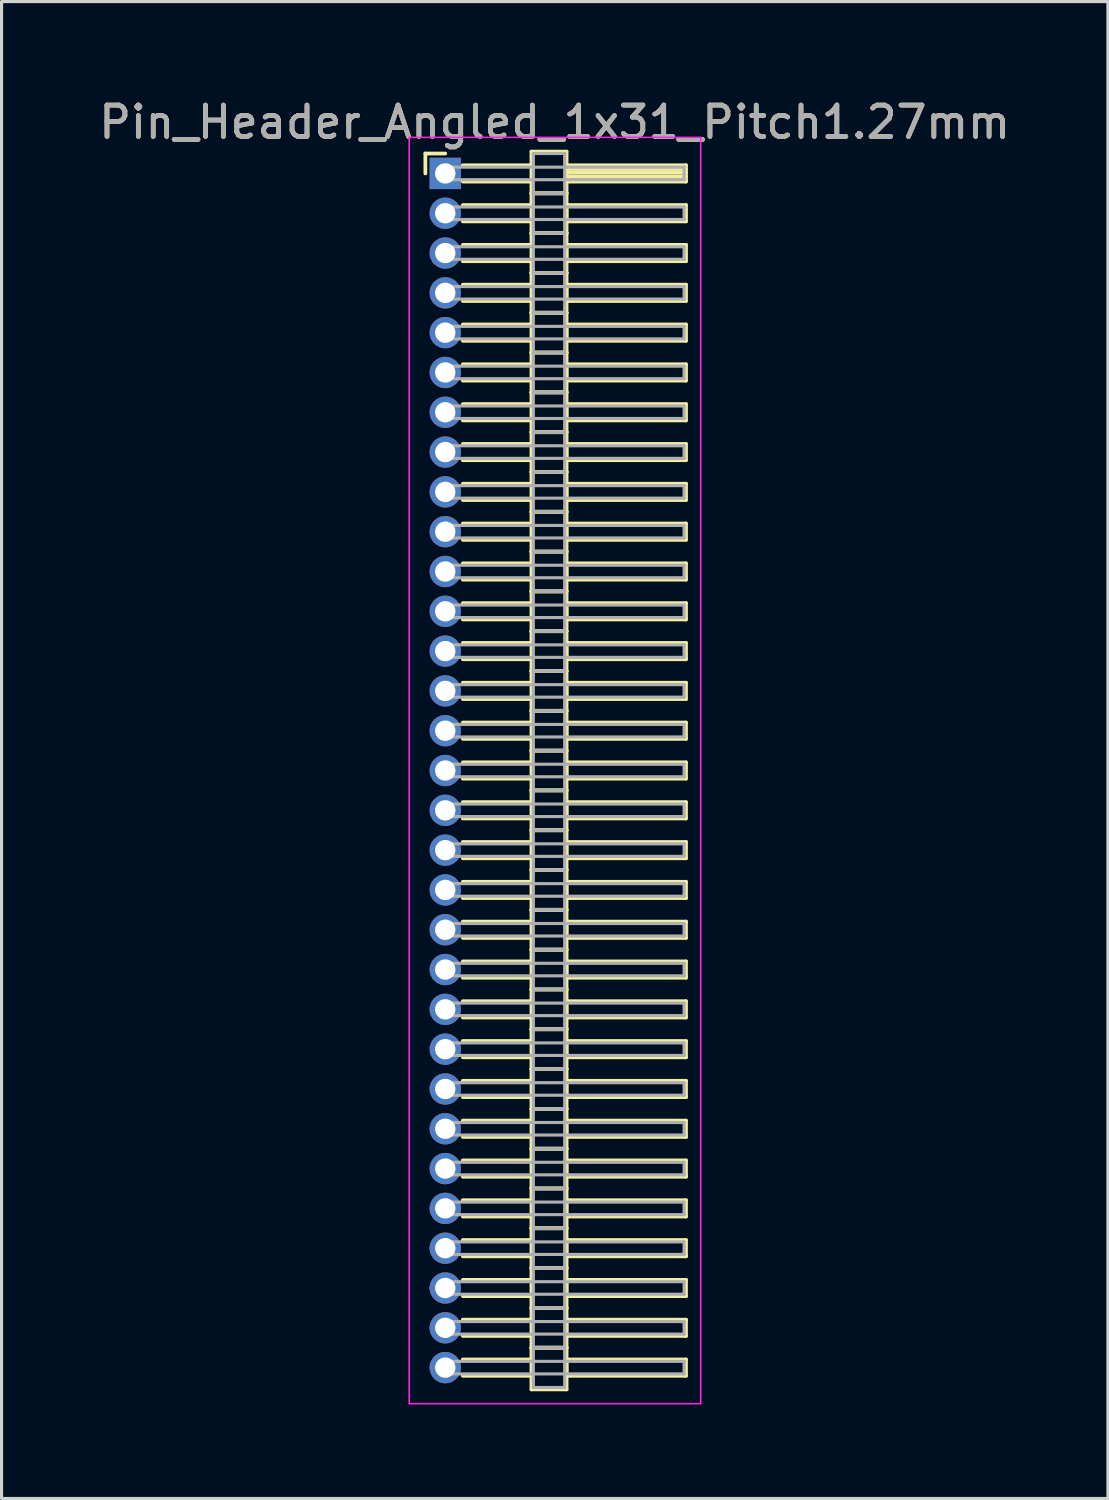
<source format=kicad_pcb>
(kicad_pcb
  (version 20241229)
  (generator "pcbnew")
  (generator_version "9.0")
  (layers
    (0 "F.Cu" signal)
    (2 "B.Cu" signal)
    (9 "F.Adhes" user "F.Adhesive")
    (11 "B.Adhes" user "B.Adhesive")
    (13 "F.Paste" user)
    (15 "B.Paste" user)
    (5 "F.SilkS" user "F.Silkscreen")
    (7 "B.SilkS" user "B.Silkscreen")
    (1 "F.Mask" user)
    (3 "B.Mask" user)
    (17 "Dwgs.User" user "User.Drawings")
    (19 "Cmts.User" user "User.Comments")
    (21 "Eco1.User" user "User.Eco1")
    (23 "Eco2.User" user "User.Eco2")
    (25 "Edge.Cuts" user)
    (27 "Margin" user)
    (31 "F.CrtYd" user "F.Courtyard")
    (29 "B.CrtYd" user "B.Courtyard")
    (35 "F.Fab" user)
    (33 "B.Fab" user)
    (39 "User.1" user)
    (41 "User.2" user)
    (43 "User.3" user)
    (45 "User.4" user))
  (footprint "Pin_Header_Angled_1x31_Pitch1.27mm"
    (layer "F.Cu")
    (at 11.156 2.483)
    (property "Reference" "Pin_Header_Angled_1x31_Pitch1.27mm" (at 3.493 -1.635 0) (layer "F.SilkS") (effects (font (size 1 1) (thickness 0.15))))
    (attr through_hole)
    (fp_line (start -0.635 -0.635) (end 0 -0.635) (stroke (width 0.12) (type solid)) (layer "F.SilkS"))
    (fp_line (start -0.635 0) (end -0.635 -0.635) (stroke (width 0.12) (type solid)) (layer "F.SilkS"))
    (fp_line (start 0.56 -0.26) (end 2.75 -0.26) (stroke (width 0.12) (type solid)) (layer "F.SilkS"))
    (fp_line (start 0.56 0.26) (end 2.75 0.26) (stroke (width 0.12) (type solid)) (layer "F.SilkS"))
    (fp_line (start 0.56 1.01) (end 2.75 1.01) (stroke (width 0.12) (type solid)) (layer "F.SilkS"))
    (fp_line (start 0.56 1.53) (end 2.75 1.53) (stroke (width 0.12) (type solid)) (layer "F.SilkS"))
    (fp_line (start 0.56 2.28) (end 2.75 2.28) (stroke (width 0.12) (type solid)) (layer "F.SilkS"))
    (fp_line (start 0.56 2.8) (end 2.75 2.8) (stroke (width 0.12) (type solid)) (layer "F.SilkS"))
    (fp_line (start 0.56 3.55) (end 2.75 3.55) (stroke (width 0.12) (type solid)) (layer "F.SilkS"))
    (fp_line (start 0.56 4.07) (end 2.75 4.07) (stroke (width 0.12) (type solid)) (layer "F.SilkS"))
    (fp_line (start 0.56 4.82) (end 2.75 4.82) (stroke (width 0.12) (type solid)) (layer "F.SilkS"))
    (fp_line (start 0.56 5.34) (end 2.75 5.34) (stroke (width 0.12) (type solid)) (layer "F.SilkS"))
    (fp_line (start 0.56 6.09) (end 2.75 6.09) (stroke (width 0.12) (type solid)) (layer "F.SilkS"))
    (fp_line (start 0.56 6.61) (end 2.75 6.61) (stroke (width 0.12) (type solid)) (layer "F.SilkS"))
    (fp_line (start 0.56 7.36) (end 2.75 7.36) (stroke (width 0.12) (type solid)) (layer "F.SilkS"))
    (fp_line (start 0.56 7.88) (end 2.75 7.88) (stroke (width 0.12) (type solid)) (layer "F.SilkS"))
    (fp_line (start 0.56 8.63) (end 2.75 8.63) (stroke (width 0.12) (type solid)) (layer "F.SilkS"))
    (fp_line (start 0.56 9.15) (end 2.75 9.15) (stroke (width 0.12) (type solid)) (layer "F.SilkS"))
    (fp_line (start 0.56 9.9) (end 2.75 9.9) (stroke (width 0.12) (type solid)) (layer "F.SilkS"))
    (fp_line (start 0.56 10.42) (end 2.75 10.42) (stroke (width 0.12) (type solid)) (layer "F.SilkS"))
    (fp_line (start 0.56 11.17) (end 2.75 11.17) (stroke (width 0.12) (type solid)) (layer "F.SilkS"))
    (fp_line (start 0.56 11.69) (end 2.75 11.69) (stroke (width 0.12) (type solid)) (layer "F.SilkS"))
    (fp_line (start 0.56 12.44) (end 2.75 12.44) (stroke (width 0.12) (type solid)) (layer "F.SilkS"))
    (fp_line (start 0.56 12.96) (end 2.75 12.96) (stroke (width 0.12) (type solid)) (layer "F.SilkS"))
    (fp_line (start 0.56 13.71) (end 2.75 13.71) (stroke (width 0.12) (type solid)) (layer "F.SilkS"))
    (fp_line (start 0.56 14.23) (end 2.75 14.23) (stroke (width 0.12) (type solid)) (layer "F.SilkS"))
    (fp_line (start 0.56 14.98) (end 2.75 14.98) (stroke (width 0.12) (type solid)) (layer "F.SilkS"))
    (fp_line (start 0.56 15.5) (end 2.75 15.5) (stroke (width 0.12) (type solid)) (layer "F.SilkS"))
    (fp_line (start 0.56 16.25) (end 2.75 16.25) (stroke (width 0.12) (type solid)) (layer "F.SilkS"))
    (fp_line (start 0.56 16.77) (end 2.75 16.77) (stroke (width 0.12) (type solid)) (layer "F.SilkS"))
    (fp_line (start 0.56 17.52) (end 2.75 17.52) (stroke (width 0.12) (type solid)) (layer "F.SilkS"))
    (fp_line (start 0.56 18.04) (end 2.75 18.04) (stroke (width 0.12) (type solid)) (layer "F.SilkS"))
    (fp_line (start 0.56 18.79) (end 2.75 18.79) (stroke (width 0.12) (type solid)) (layer "F.SilkS"))
    (fp_line (start 0.56 19.31) (end 2.75 19.31) (stroke (width 0.12) (type solid)) (layer "F.SilkS"))
    (fp_line (start 0.56 20.06) (end 2.75 20.06) (stroke (width 0.12) (type solid)) (layer "F.SilkS"))
    (fp_line (start 0.56 20.58) (end 2.75 20.58) (stroke (width 0.12) (type solid)) (layer "F.SilkS"))
    (fp_line (start 0.56 21.33) (end 2.75 21.33) (stroke (width 0.12) (type solid)) (layer "F.SilkS"))
    (fp_line (start 0.56 21.85) (end 2.75 21.85) (stroke (width 0.12) (type solid)) (layer "F.SilkS"))
    (fp_line (start 0.56 22.6) (end 2.75 22.6) (stroke (width 0.12) (type solid)) (layer "F.SilkS"))
    (fp_line (start 0.56 23.12) (end 2.75 23.12) (stroke (width 0.12) (type solid)) (layer "F.SilkS"))
    (fp_line (start 0.56 23.87) (end 2.75 23.87) (stroke (width 0.12) (type solid)) (layer "F.SilkS"))
    (fp_line (start 0.56 24.39) (end 2.75 24.39) (stroke (width 0.12) (type solid)) (layer "F.SilkS"))
    (fp_line (start 0.56 25.14) (end 2.75 25.14) (stroke (width 0.12) (type solid)) (layer "F.SilkS"))
    (fp_line (start 0.56 25.66) (end 2.75 25.66) (stroke (width 0.12) (type solid)) (layer "F.SilkS"))
    (fp_line (start 0.56 26.41) (end 2.75 26.41) (stroke (width 0.12) (type solid)) (layer "F.SilkS"))
    (fp_line (start 0.56 26.93) (end 2.75 26.93) (stroke (width 0.12) (type solid)) (layer "F.SilkS"))
    (fp_line (start 0.56 27.68) (end 2.75 27.68) (stroke (width 0.12) (type solid)) (layer "F.SilkS"))
    (fp_line (start 0.56 28.2) (end 2.75 28.2) (stroke (width 0.12) (type solid)) (layer "F.SilkS"))
    (fp_line (start 0.56 28.95) (end 2.75 28.95) (stroke (width 0.12) (type solid)) (layer "F.SilkS"))
    (fp_line (start 0.56 29.47) (end 2.75 29.47) (stroke (width 0.12) (type solid)) (layer "F.SilkS"))
    (fp_line (start 0.56 30.22) (end 2.75 30.22) (stroke (width 0.12) (type solid)) (layer "F.SilkS"))
    (fp_line (start 0.56 30.74) (end 2.75 30.74) (stroke (width 0.12) (type solid)) (layer "F.SilkS"))
    (fp_line (start 0.56 31.49) (end 2.75 31.49) (stroke (width 0.12) (type solid)) (layer "F.SilkS"))
    (fp_line (start 0.56 32.01) (end 2.75 32.01) (stroke (width 0.12) (type solid)) (layer "F.SilkS"))
    (fp_line (start 0.56 32.76) (end 2.75 32.76) (stroke (width 0.12) (type solid)) (layer "F.SilkS"))
    (fp_line (start 0.56 33.28) (end 2.75 33.28) (stroke (width 0.12) (type solid)) (layer "F.SilkS"))
    (fp_line (start 0.56 34.03) (end 2.75 34.03) (stroke (width 0.12) (type solid)) (layer "F.SilkS"))
    (fp_line (start 0.56 34.55) (end 2.75 34.55) (stroke (width 0.12) (type solid)) (layer "F.SilkS"))
    (fp_line (start 0.56 35.3) (end 2.75 35.3) (stroke (width 0.12) (type solid)) (layer "F.SilkS"))
    (fp_line (start 0.56 35.82) (end 2.75 35.82) (stroke (width 0.12) (type solid)) (layer "F.SilkS"))
    (fp_line (start 0.56 36.57) (end 2.75 36.57) (stroke (width 0.12) (type solid)) (layer "F.SilkS"))
    (fp_line (start 0.56 37.09) (end 2.75 37.09) (stroke (width 0.12) (type solid)) (layer "F.SilkS"))
    (fp_line (start 0.56 37.84) (end 2.75 37.84) (stroke (width 0.12) (type solid)) (layer "F.SilkS"))
    (fp_line (start 0.56 38.36) (end 2.75 38.36) (stroke (width 0.12) (type solid)) (layer "F.SilkS"))
    (fp_line (start 2.75 -0.695) (end 2.75 0.635) (stroke (width 0.12) (type solid)) (layer "F.SilkS"))
    (fp_line (start 2.75 0.635) (end 2.75 1.905) (stroke (width 0.12) (type solid)) (layer "F.SilkS"))
    (fp_line (start 2.75 0.635) (end 3.87 0.635) (stroke (width 0.12) (type solid)) (layer "F.SilkS"))
    (fp_line (start 2.75 1.905) (end 2.75 3.175) (stroke (width 0.12) (type solid)) (layer "F.SilkS"))
    (fp_line (start 2.75 1.905) (end 3.87 1.905) (stroke (width 0.12) (type solid)) (layer "F.SilkS"))
    (fp_line (start 2.75 3.175) (end 2.75 4.445) (stroke (width 0.12) (type solid)) (layer "F.SilkS"))
    (fp_line (start 2.75 3.175) (end 3.87 3.175) (stroke (width 0.12) (type solid)) (layer "F.SilkS"))
    (fp_line (start 2.75 4.445) (end 2.75 5.715) (stroke (width 0.12) (type solid)) (layer "F.SilkS"))
    (fp_line (start 2.75 4.445) (end 3.87 4.445) (stroke (width 0.12) (type solid)) (layer "F.SilkS"))
    (fp_line (start 2.75 5.715) (end 2.75 6.985) (stroke (width 0.12) (type solid)) (layer "F.SilkS"))
    (fp_line (start 2.75 5.715) (end 3.87 5.715) (stroke (width 0.12) (type solid)) (layer "F.SilkS"))
    (fp_line (start 2.75 6.985) (end 2.75 8.255) (stroke (width 0.12) (type solid)) (layer "F.SilkS"))
    (fp_line (start 2.75 6.985) (end 3.87 6.985) (stroke (width 0.12) (type solid)) (layer "F.SilkS"))
    (fp_line (start 2.75 8.255) (end 2.75 9.525) (stroke (width 0.12) (type solid)) (layer "F.SilkS"))
    (fp_line (start 2.75 8.255) (end 3.87 8.255) (stroke (width 0.12) (type solid)) (layer "F.SilkS"))
    (fp_line (start 2.75 9.525) (end 2.75 10.795) (stroke (width 0.12) (type solid)) (layer "F.SilkS"))
    (fp_line (start 2.75 9.525) (end 3.87 9.525) (stroke (width 0.12) (type solid)) (layer "F.SilkS"))
    (fp_line (start 2.75 10.795) (end 2.75 12.065) (stroke (width 0.12) (type solid)) (layer "F.SilkS"))
    (fp_line (start 2.75 10.795) (end 3.87 10.795) (stroke (width 0.12) (type solid)) (layer "F.SilkS"))
    (fp_line (start 2.75 12.065) (end 2.75 13.335) (stroke (width 0.12) (type solid)) (layer "F.SilkS"))
    (fp_line (start 2.75 12.065) (end 3.87 12.065) (stroke (width 0.12) (type solid)) (layer "F.SilkS"))
    (fp_line (start 2.75 13.335) (end 2.75 14.605) (stroke (width 0.12) (type solid)) (layer "F.SilkS"))
    (fp_line (start 2.75 13.335) (end 3.87 13.335) (stroke (width 0.12) (type solid)) (layer "F.SilkS"))
    (fp_line (start 2.75 14.605) (end 2.75 15.875) (stroke (width 0.12) (type solid)) (layer "F.SilkS"))
    (fp_line (start 2.75 14.605) (end 3.87 14.605) (stroke (width 0.12) (type solid)) (layer "F.SilkS"))
    (fp_line (start 2.75 15.875) (end 2.75 17.145) (stroke (width 0.12) (type solid)) (layer "F.SilkS"))
    (fp_line (start 2.75 15.875) (end 3.87 15.875) (stroke (width 0.12) (type solid)) (layer "F.SilkS"))
    (fp_line (start 2.75 17.145) (end 2.75 18.415) (stroke (width 0.12) (type solid)) (layer "F.SilkS"))
    (fp_line (start 2.75 17.145) (end 3.87 17.145) (stroke (width 0.12) (type solid)) (layer "F.SilkS"))
    (fp_line (start 2.75 18.415) (end 2.75 19.685) (stroke (width 0.12) (type solid)) (layer "F.SilkS"))
    (fp_line (start 2.75 18.415) (end 3.87 18.415) (stroke (width 0.12) (type solid)) (layer "F.SilkS"))
    (fp_line (start 2.75 19.685) (end 2.75 20.955) (stroke (width 0.12) (type solid)) (layer "F.SilkS"))
    (fp_line (start 2.75 19.685) (end 3.87 19.685) (stroke (width 0.12) (type solid)) (layer "F.SilkS"))
    (fp_line (start 2.75 20.955) (end 2.75 22.225) (stroke (width 0.12) (type solid)) (layer "F.SilkS"))
    (fp_line (start 2.75 20.955) (end 3.87 20.955) (stroke (width 0.12) (type solid)) (layer "F.SilkS"))
    (fp_line (start 2.75 22.225) (end 2.75 23.495) (stroke (width 0.12) (type solid)) (layer "F.SilkS"))
    (fp_line (start 2.75 22.225) (end 3.87 22.225) (stroke (width 0.12) (type solid)) (layer "F.SilkS"))
    (fp_line (start 2.75 23.495) (end 2.75 24.765) (stroke (width 0.12) (type solid)) (layer "F.SilkS"))
    (fp_line (start 2.75 23.495) (end 3.87 23.495) (stroke (width 0.12) (type solid)) (layer "F.SilkS"))
    (fp_line (start 2.75 24.765) (end 2.75 26.035) (stroke (width 0.12) (type solid)) (layer "F.SilkS"))
    (fp_line (start 2.75 24.765) (end 3.87 24.765) (stroke (width 0.12) (type solid)) (layer "F.SilkS"))
    (fp_line (start 2.75 26.035) (end 2.75 27.305) (stroke (width 0.12) (type solid)) (layer "F.SilkS"))
    (fp_line (start 2.75 26.035) (end 3.87 26.035) (stroke (width 0.12) (type solid)) (layer "F.SilkS"))
    (fp_line (start 2.75 27.305) (end 2.75 28.575) (stroke (width 0.12) (type solid)) (layer "F.SilkS"))
    (fp_line (start 2.75 27.305) (end 3.87 27.305) (stroke (width 0.12) (type solid)) (layer "F.SilkS"))
    (fp_line (start 2.75 28.575) (end 2.75 29.845) (stroke (width 0.12) (type solid)) (layer "F.SilkS"))
    (fp_line (start 2.75 28.575) (end 3.87 28.575) (stroke (width 0.12) (type solid)) (layer "F.SilkS"))
    (fp_line (start 2.75 29.845) (end 2.75 31.115) (stroke (width 0.12) (type solid)) (layer "F.SilkS"))
    (fp_line (start 2.75 29.845) (end 3.87 29.845) (stroke (width 0.12) (type solid)) (layer "F.SilkS"))
    (fp_line (start 2.75 31.115) (end 2.75 32.385) (stroke (width 0.12) (type solid)) (layer "F.SilkS"))
    (fp_line (start 2.75 31.115) (end 3.87 31.115) (stroke (width 0.12) (type solid)) (layer "F.SilkS"))
    (fp_line (start 2.75 32.385) (end 2.75 33.655) (stroke (width 0.12) (type solid)) (layer "F.SilkS"))
    (fp_line (start 2.75 32.385) (end 3.87 32.385) (stroke (width 0.12) (type solid)) (layer "F.SilkS"))
    (fp_line (start 2.75 33.655) (end 2.75 34.925) (stroke (width 0.12) (type solid)) (layer "F.SilkS"))
    (fp_line (start 2.75 33.655) (end 3.87 33.655) (stroke (width 0.12) (type solid)) (layer "F.SilkS"))
    (fp_line (start 2.75 34.925) (end 2.75 36.195) (stroke (width 0.12) (type solid)) (layer "F.SilkS"))
    (fp_line (start 2.75 34.925) (end 3.87 34.925) (stroke (width 0.12) (type solid)) (layer "F.SilkS"))
    (fp_line (start 2.75 36.195) (end 2.75 37.465) (stroke (width 0.12) (type solid)) (layer "F.SilkS"))
    (fp_line (start 2.75 36.195) (end 3.87 36.195) (stroke (width 0.12) (type solid)) (layer "F.SilkS"))
    (fp_line (start 2.75 37.465) (end 2.75 38.795) (stroke (width 0.12) (type solid)) (layer "F.SilkS"))
    (fp_line (start 2.75 37.465) (end 3.87 37.465) (stroke (width 0.12) (type solid)) (layer "F.SilkS"))
    (fp_line (start 2.75 38.795) (end 3.87 38.795) (stroke (width 0.12) (type solid)) (layer "F.SilkS"))
    (fp_line (start 3.87 -0.695) (end 2.75 -0.695) (stroke (width 0.12) (type solid)) (layer "F.SilkS"))
    (fp_line (start 3.87 -0.26) (end 3.87 0.26) (stroke (width 0.12) (type solid)) (layer "F.SilkS"))
    (fp_line (start 3.87 -0.14) (end 7.68 -0.14) (stroke (width 0.12) (type solid)) (layer "F.SilkS"))
    (fp_line (start 3.87 -0.02) (end 7.68 -0.02) (stroke (width 0.12) (type solid)) (layer "F.SilkS"))
    (fp_line (start 3.87 0.1) (end 7.68 0.1) (stroke (width 0.12) (type solid)) (layer "F.SilkS"))
    (fp_line (start 3.87 0.22) (end 7.68 0.22) (stroke (width 0.12) (type solid)) (layer "F.SilkS"))
    (fp_line (start 3.87 0.26) (end 7.68 0.26) (stroke (width 0.12) (type solid)) (layer "F.SilkS"))
    (fp_line (start 3.87 0.635) (end 2.75 0.635) (stroke (width 0.12) (type solid)) (layer "F.SilkS"))
    (fp_line (start 3.87 0.635) (end 3.87 -0.695) (stroke (width 0.12) (type solid)) (layer "F.SilkS"))
    (fp_line (start 3.87 1.01) (end 3.87 1.53) (stroke (width 0.12) (type solid)) (layer "F.SilkS"))
    (fp_line (start 3.87 1.53) (end 7.68 1.53) (stroke (width 0.12) (type solid)) (layer "F.SilkS"))
    (fp_line (start 3.87 1.905) (end 2.75 1.905) (stroke (width 0.12) (type solid)) (layer "F.SilkS"))
    (fp_line (start 3.87 1.905) (end 3.87 0.635) (stroke (width 0.12) (type solid)) (layer "F.SilkS"))
    (fp_line (start 3.87 2.28) (end 3.87 2.8) (stroke (width 0.12) (type solid)) (layer "F.SilkS"))
    (fp_line (start 3.87 2.8) (end 7.68 2.8) (stroke (width 0.12) (type solid)) (layer "F.SilkS"))
    (fp_line (start 3.87 3.175) (end 2.75 3.175) (stroke (width 0.12) (type solid)) (layer "F.SilkS"))
    (fp_line (start 3.87 3.175) (end 3.87 1.905) (stroke (width 0.12) (type solid)) (layer "F.SilkS"))
    (fp_line (start 3.87 3.55) (end 3.87 4.07) (stroke (width 0.12) (type solid)) (layer "F.SilkS"))
    (fp_line (start 3.87 4.07) (end 7.68 4.07) (stroke (width 0.12) (type solid)) (layer "F.SilkS"))
    (fp_line (start 3.87 4.445) (end 2.75 4.445) (stroke (width 0.12) (type solid)) (layer "F.SilkS"))
    (fp_line (start 3.87 4.445) (end 3.87 3.175) (stroke (width 0.12) (type solid)) (layer "F.SilkS"))
    (fp_line (start 3.87 4.82) (end 3.87 5.34) (stroke (width 0.12) (type solid)) (layer "F.SilkS"))
    (fp_line (start 3.87 5.34) (end 7.68 5.34) (stroke (width 0.12) (type solid)) (layer "F.SilkS"))
    (fp_line (start 3.87 5.715) (end 2.75 5.715) (stroke (width 0.12) (type solid)) (layer "F.SilkS"))
    (fp_line (start 3.87 5.715) (end 3.87 4.445) (stroke (width 0.12) (type solid)) (layer "F.SilkS"))
    (fp_line (start 3.87 6.09) (end 3.87 6.61) (stroke (width 0.12) (type solid)) (layer "F.SilkS"))
    (fp_line (start 3.87 6.61) (end 7.68 6.61) (stroke (width 0.12) (type solid)) (layer "F.SilkS"))
    (fp_line (start 3.87 6.985) (end 2.75 6.985) (stroke (width 0.12) (type solid)) (layer "F.SilkS"))
    (fp_line (start 3.87 6.985) (end 3.87 5.715) (stroke (width 0.12) (type solid)) (layer "F.SilkS"))
    (fp_line (start 3.87 7.36) (end 3.87 7.88) (stroke (width 0.12) (type solid)) (layer "F.SilkS"))
    (fp_line (start 3.87 7.88) (end 7.68 7.88) (stroke (width 0.12) (type solid)) (layer "F.SilkS"))
    (fp_line (start 3.87 8.255) (end 2.75 8.255) (stroke (width 0.12) (type solid)) (layer "F.SilkS"))
    (fp_line (start 3.87 8.255) (end 3.87 6.985) (stroke (width 0.12) (type solid)) (layer "F.SilkS"))
    (fp_line (start 3.87 8.63) (end 3.87 9.15) (stroke (width 0.12) (type solid)) (layer "F.SilkS"))
    (fp_line (start 3.87 9.15) (end 7.68 9.15) (stroke (width 0.12) (type solid)) (layer "F.SilkS"))
    (fp_line (start 3.87 9.525) (end 2.75 9.525) (stroke (width 0.12) (type solid)) (layer "F.SilkS"))
    (fp_line (start 3.87 9.525) (end 3.87 8.255) (stroke (width 0.12) (type solid)) (layer "F.SilkS"))
    (fp_line (start 3.87 9.9) (end 3.87 10.42) (stroke (width 0.12) (type solid)) (layer "F.SilkS"))
    (fp_line (start 3.87 10.42) (end 7.68 10.42) (stroke (width 0.12) (type solid)) (layer "F.SilkS"))
    (fp_line (start 3.87 10.795) (end 2.75 10.795) (stroke (width 0.12) (type solid)) (layer "F.SilkS"))
    (fp_line (start 3.87 10.795) (end 3.87 9.525) (stroke (width 0.12) (type solid)) (layer "F.SilkS"))
    (fp_line (start 3.87 11.17) (end 3.87 11.69) (stroke (width 0.12) (type solid)) (layer "F.SilkS"))
    (fp_line (start 3.87 11.69) (end 7.68 11.69) (stroke (width 0.12) (type solid)) (layer "F.SilkS"))
    (fp_line (start 3.87 12.065) (end 2.75 12.065) (stroke (width 0.12) (type solid)) (layer "F.SilkS"))
    (fp_line (start 3.87 12.065) (end 3.87 10.795) (stroke (width 0.12) (type solid)) (layer "F.SilkS"))
    (fp_line (start 3.87 12.44) (end 3.87 12.96) (stroke (width 0.12) (type solid)) (layer "F.SilkS"))
    (fp_line (start 3.87 12.96) (end 7.68 12.96) (stroke (width 0.12) (type solid)) (layer "F.SilkS"))
    (fp_line (start 3.87 13.335) (end 2.75 13.335) (stroke (width 0.12) (type solid)) (layer "F.SilkS"))
    (fp_line (start 3.87 13.335) (end 3.87 12.065) (stroke (width 0.12) (type solid)) (layer "F.SilkS"))
    (fp_line (start 3.87 13.71) (end 3.87 14.23) (stroke (width 0.12) (type solid)) (layer "F.SilkS"))
    (fp_line (start 3.87 14.23) (end 7.68 14.23) (stroke (width 0.12) (type solid)) (layer "F.SilkS"))
    (fp_line (start 3.87 14.605) (end 2.75 14.605) (stroke (width 0.12) (type solid)) (layer "F.SilkS"))
    (fp_line (start 3.87 14.605) (end 3.87 13.335) (stroke (width 0.12) (type solid)) (layer "F.SilkS"))
    (fp_line (start 3.87 14.98) (end 3.87 15.5) (stroke (width 0.12) (type solid)) (layer "F.SilkS"))
    (fp_line (start 3.87 15.5) (end 7.68 15.5) (stroke (width 0.12) (type solid)) (layer "F.SilkS"))
    (fp_line (start 3.87 15.875) (end 2.75 15.875) (stroke (width 0.12) (type solid)) (layer "F.SilkS"))
    (fp_line (start 3.87 15.875) (end 3.87 14.605) (stroke (width 0.12) (type solid)) (layer "F.SilkS"))
    (fp_line (start 3.87 16.25) (end 3.87 16.77) (stroke (width 0.12) (type solid)) (layer "F.SilkS"))
    (fp_line (start 3.87 16.77) (end 7.68 16.77) (stroke (width 0.12) (type solid)) (layer "F.SilkS"))
    (fp_line (start 3.87 17.145) (end 2.75 17.145) (stroke (width 0.12) (type solid)) (layer "F.SilkS"))
    (fp_line (start 3.87 17.145) (end 3.87 15.875) (stroke (width 0.12) (type solid)) (layer "F.SilkS"))
    (fp_line (start 3.87 17.52) (end 3.87 18.04) (stroke (width 0.12) (type solid)) (layer "F.SilkS"))
    (fp_line (start 3.87 18.04) (end 7.68 18.04) (stroke (width 0.12) (type solid)) (layer "F.SilkS"))
    (fp_line (start 3.87 18.415) (end 2.75 18.415) (stroke (width 0.12) (type solid)) (layer "F.SilkS"))
    (fp_line (start 3.87 18.415) (end 3.87 17.145) (stroke (width 0.12) (type solid)) (layer "F.SilkS"))
    (fp_line (start 3.87 18.79) (end 3.87 19.31) (stroke (width 0.12) (type solid)) (layer "F.SilkS"))
    (fp_line (start 3.87 19.31) (end 7.68 19.31) (stroke (width 0.12) (type solid)) (layer "F.SilkS"))
    (fp_line (start 3.87 19.685) (end 2.75 19.685) (stroke (width 0.12) (type solid)) (layer "F.SilkS"))
    (fp_line (start 3.87 19.685) (end 3.87 18.415) (stroke (width 0.12) (type solid)) (layer "F.SilkS"))
    (fp_line (start 3.87 20.06) (end 3.87 20.58) (stroke (width 0.12) (type solid)) (layer "F.SilkS"))
    (fp_line (start 3.87 20.58) (end 7.68 20.58) (stroke (width 0.12) (type solid)) (layer "F.SilkS"))
    (fp_line (start 3.87 20.955) (end 2.75 20.955) (stroke (width 0.12) (type solid)) (layer "F.SilkS"))
    (fp_line (start 3.87 20.955) (end 3.87 19.685) (stroke (width 0.12) (type solid)) (layer "F.SilkS"))
    (fp_line (start 3.87 21.33) (end 3.87 21.85) (stroke (width 0.12) (type solid)) (layer "F.SilkS"))
    (fp_line (start 3.87 21.85) (end 7.68 21.85) (stroke (width 0.12) (type solid)) (layer "F.SilkS"))
    (fp_line (start 3.87 22.225) (end 2.75 22.225) (stroke (width 0.12) (type solid)) (layer "F.SilkS"))
    (fp_line (start 3.87 22.225) (end 3.87 20.955) (stroke (width 0.12) (type solid)) (layer "F.SilkS"))
    (fp_line (start 3.87 22.6) (end 3.87 23.12) (stroke (width 0.12) (type solid)) (layer "F.SilkS"))
    (fp_line (start 3.87 23.12) (end 7.68 23.12) (stroke (width 0.12) (type solid)) (layer "F.SilkS"))
    (fp_line (start 3.87 23.495) (end 2.75 23.495) (stroke (width 0.12) (type solid)) (layer "F.SilkS"))
    (fp_line (start 3.87 23.495) (end 3.87 22.225) (stroke (width 0.12) (type solid)) (layer "F.SilkS"))
    (fp_line (start 3.87 23.87) (end 3.87 24.39) (stroke (width 0.12) (type solid)) (layer "F.SilkS"))
    (fp_line (start 3.87 24.39) (end 7.68 24.39) (stroke (width 0.12) (type solid)) (layer "F.SilkS"))
    (fp_line (start 3.87 24.765) (end 2.75 24.765) (stroke (width 0.12) (type solid)) (layer "F.SilkS"))
    (fp_line (start 3.87 24.765) (end 3.87 23.495) (stroke (width 0.12) (type solid)) (layer "F.SilkS"))
    (fp_line (start 3.87 25.14) (end 3.87 25.66) (stroke (width 0.12) (type solid)) (layer "F.SilkS"))
    (fp_line (start 3.87 25.66) (end 7.68 25.66) (stroke (width 0.12) (type solid)) (layer "F.SilkS"))
    (fp_line (start 3.87 26.035) (end 2.75 26.035) (stroke (width 0.12) (type solid)) (layer "F.SilkS"))
    (fp_line (start 3.87 26.035) (end 3.87 24.765) (stroke (width 0.12) (type solid)) (layer "F.SilkS"))
    (fp_line (start 3.87 26.41) (end 3.87 26.93) (stroke (width 0.12) (type solid)) (layer "F.SilkS"))
    (fp_line (start 3.87 26.93) (end 7.68 26.93) (stroke (width 0.12) (type solid)) (layer "F.SilkS"))
    (fp_line (start 3.87 27.305) (end 2.75 27.305) (stroke (width 0.12) (type solid)) (layer "F.SilkS"))
    (fp_line (start 3.87 27.305) (end 3.87 26.035) (stroke (width 0.12) (type solid)) (layer "F.SilkS"))
    (fp_line (start 3.87 27.68) (end 3.87 28.2) (stroke (width 0.12) (type solid)) (layer "F.SilkS"))
    (fp_line (start 3.87 28.2) (end 7.68 28.2) (stroke (width 0.12) (type solid)) (layer "F.SilkS"))
    (fp_line (start 3.87 28.575) (end 2.75 28.575) (stroke (width 0.12) (type solid)) (layer "F.SilkS"))
    (fp_line (start 3.87 28.575) (end 3.87 27.305) (stroke (width 0.12) (type solid)) (layer "F.SilkS"))
    (fp_line (start 3.87 28.95) (end 3.87 29.47) (stroke (width 0.12) (type solid)) (layer "F.SilkS"))
    (fp_line (start 3.87 29.47) (end 7.68 29.47) (stroke (width 0.12) (type solid)) (layer "F.SilkS"))
    (fp_line (start 3.87 29.845) (end 2.75 29.845) (stroke (width 0.12) (type solid)) (layer "F.SilkS"))
    (fp_line (start 3.87 29.845) (end 3.87 28.575) (stroke (width 0.12) (type solid)) (layer "F.SilkS"))
    (fp_line (start 3.87 30.22) (end 3.87 30.74) (stroke (width 0.12) (type solid)) (layer "F.SilkS"))
    (fp_line (start 3.87 30.74) (end 7.68 30.74) (stroke (width 0.12) (type solid)) (layer "F.SilkS"))
    (fp_line (start 3.87 31.115) (end 2.75 31.115) (stroke (width 0.12) (type solid)) (layer "F.SilkS"))
    (fp_line (start 3.87 31.115) (end 3.87 29.845) (stroke (width 0.12) (type solid)) (layer "F.SilkS"))
    (fp_line (start 3.87 31.49) (end 3.87 32.01) (stroke (width 0.12) (type solid)) (layer "F.SilkS"))
    (fp_line (start 3.87 32.01) (end 7.68 32.01) (stroke (width 0.12) (type solid)) (layer "F.SilkS"))
    (fp_line (start 3.87 32.385) (end 2.75 32.385) (stroke (width 0.12) (type solid)) (layer "F.SilkS"))
    (fp_line (start 3.87 32.385) (end 3.87 31.115) (stroke (width 0.12) (type solid)) (layer "F.SilkS"))
    (fp_line (start 3.87 32.76) (end 3.87 33.28) (stroke (width 0.12) (type solid)) (layer "F.SilkS"))
    (fp_line (start 3.87 33.28) (end 7.68 33.28) (stroke (width 0.12) (type solid)) (layer "F.SilkS"))
    (fp_line (start 3.87 33.655) (end 2.75 33.655) (stroke (width 0.12) (type solid)) (layer "F.SilkS"))
    (fp_line (start 3.87 33.655) (end 3.87 32.385) (stroke (width 0.12) (type solid)) (layer "F.SilkS"))
    (fp_line (start 3.87 34.03) (end 3.87 34.55) (stroke (width 0.12) (type solid)) (layer "F.SilkS"))
    (fp_line (start 3.87 34.55) (end 7.68 34.55) (stroke (width 0.12) (type solid)) (layer "F.SilkS"))
    (fp_line (start 3.87 34.925) (end 2.75 34.925) (stroke (width 0.12) (type solid)) (layer "F.SilkS"))
    (fp_line (start 3.87 34.925) (end 3.87 33.655) (stroke (width 0.12) (type solid)) (layer "F.SilkS"))
    (fp_line (start 3.87 35.3) (end 3.87 35.82) (stroke (width 0.12) (type solid)) (layer "F.SilkS"))
    (fp_line (start 3.87 35.82) (end 7.68 35.82) (stroke (width 0.12) (type solid)) (layer "F.SilkS"))
    (fp_line (start 3.87 36.195) (end 2.75 36.195) (stroke (width 0.12) (type solid)) (layer "F.SilkS"))
    (fp_line (start 3.87 36.195) (end 3.87 34.925) (stroke (width 0.12) (type solid)) (layer "F.SilkS"))
    (fp_line (start 3.87 36.57) (end 3.87 37.09) (stroke (width 0.12) (type solid)) (layer "F.SilkS"))
    (fp_line (start 3.87 37.09) (end 7.68 37.09) (stroke (width 0.12) (type solid)) (layer "F.SilkS"))
    (fp_line (start 3.87 37.465) (end 2.75 37.465) (stroke (width 0.12) (type solid)) (layer "F.SilkS"))
    (fp_line (start 3.87 37.465) (end 3.87 36.195) (stroke (width 0.12) (type solid)) (layer "F.SilkS"))
    (fp_line (start 3.87 37.84) (end 3.87 38.36) (stroke (width 0.12) (type solid)) (layer "F.SilkS"))
    (fp_line (start 3.87 38.36) (end 7.68 38.36) (stroke (width 0.12) (type solid)) (layer "F.SilkS"))
    (fp_line (start 3.87 38.795) (end 3.87 37.465) (stroke (width 0.12) (type solid)) (layer "F.SilkS"))
    (fp_line (start 7.68 -0.26) (end 3.87 -0.26) (stroke (width 0.12) (type solid)) (layer "F.SilkS"))
    (fp_line (start 7.68 0.26) (end 7.68 -0.26) (stroke (width 0.12) (type solid)) (layer "F.SilkS"))
    (fp_line (start 7.68 1.01) (end 3.87 1.01) (stroke (width 0.12) (type solid)) (layer "F.SilkS"))
    (fp_line (start 7.68 1.53) (end 7.68 1.01) (stroke (width 0.12) (type solid)) (layer "F.SilkS"))
    (fp_line (start 7.68 2.28) (end 3.87 2.28) (stroke (width 0.12) (type solid)) (layer "F.SilkS"))
    (fp_line (start 7.68 2.8) (end 7.68 2.28) (stroke (width 0.12) (type solid)) (layer "F.SilkS"))
    (fp_line (start 7.68 3.55) (end 3.87 3.55) (stroke (width 0.12) (type solid)) (layer "F.SilkS"))
    (fp_line (start 7.68 4.07) (end 7.68 3.55) (stroke (width 0.12) (type solid)) (layer "F.SilkS"))
    (fp_line (start 7.68 4.82) (end 3.87 4.82) (stroke (width 0.12) (type solid)) (layer "F.SilkS"))
    (fp_line (start 7.68 5.34) (end 7.68 4.82) (stroke (width 0.12) (type solid)) (layer "F.SilkS"))
    (fp_line (start 7.68 6.09) (end 3.87 6.09) (stroke (width 0.12) (type solid)) (layer "F.SilkS"))
    (fp_line (start 7.68 6.61) (end 7.68 6.09) (stroke (width 0.12) (type solid)) (layer "F.SilkS"))
    (fp_line (start 7.68 7.36) (end 3.87 7.36) (stroke (width 0.12) (type solid)) (layer "F.SilkS"))
    (fp_line (start 7.68 7.88) (end 7.68 7.36) (stroke (width 0.12) (type solid)) (layer "F.SilkS"))
    (fp_line (start 7.68 8.63) (end 3.87 8.63) (stroke (width 0.12) (type solid)) (layer "F.SilkS"))
    (fp_line (start 7.68 9.15) (end 7.68 8.63) (stroke (width 0.12) (type solid)) (layer "F.SilkS"))
    (fp_line (start 7.68 9.9) (end 3.87 9.9) (stroke (width 0.12) (type solid)) (layer "F.SilkS"))
    (fp_line (start 7.68 10.42) (end 7.68 9.9) (stroke (width 0.12) (type solid)) (layer "F.SilkS"))
    (fp_line (start 7.68 11.17) (end 3.87 11.17) (stroke (width 0.12) (type solid)) (layer "F.SilkS"))
    (fp_line (start 7.68 11.69) (end 7.68 11.17) (stroke (width 0.12) (type solid)) (layer "F.SilkS"))
    (fp_line (start 7.68 12.44) (end 3.87 12.44) (stroke (width 0.12) (type solid)) (layer "F.SilkS"))
    (fp_line (start 7.68 12.96) (end 7.68 12.44) (stroke (width 0.12) (type solid)) (layer "F.SilkS"))
    (fp_line (start 7.68 13.71) (end 3.87 13.71) (stroke (width 0.12) (type solid)) (layer "F.SilkS"))
    (fp_line (start 7.68 14.23) (end 7.68 13.71) (stroke (width 0.12) (type solid)) (layer "F.SilkS"))
    (fp_line (start 7.68 14.98) (end 3.87 14.98) (stroke (width 0.12) (type solid)) (layer "F.SilkS"))
    (fp_line (start 7.68 15.5) (end 7.68 14.98) (stroke (width 0.12) (type solid)) (layer "F.SilkS"))
    (fp_line (start 7.68 16.25) (end 3.87 16.25) (stroke (width 0.12) (type solid)) (layer "F.SilkS"))
    (fp_line (start 7.68 16.77) (end 7.68 16.25) (stroke (width 0.12) (type solid)) (layer "F.SilkS"))
    (fp_line (start 7.68 17.52) (end 3.87 17.52) (stroke (width 0.12) (type solid)) (layer "F.SilkS"))
    (fp_line (start 7.68 18.04) (end 7.68 17.52) (stroke (width 0.12) (type solid)) (layer "F.SilkS"))
    (fp_line (start 7.68 18.79) (end 3.87 18.79) (stroke (width 0.12) (type solid)) (layer "F.SilkS"))
    (fp_line (start 7.68 19.31) (end 7.68 18.79) (stroke (width 0.12) (type solid)) (layer "F.SilkS"))
    (fp_line (start 7.68 20.06) (end 3.87 20.06) (stroke (width 0.12) (type solid)) (layer "F.SilkS"))
    (fp_line (start 7.68 20.58) (end 7.68 20.06) (stroke (width 0.12) (type solid)) (layer "F.SilkS"))
    (fp_line (start 7.68 21.33) (end 3.87 21.33) (stroke (width 0.12) (type solid)) (layer "F.SilkS"))
    (fp_line (start 7.68 21.85) (end 7.68 21.33) (stroke (width 0.12) (type solid)) (layer "F.SilkS"))
    (fp_line (start 7.68 22.6) (end 3.87 22.6) (stroke (width 0.12) (type solid)) (layer "F.SilkS"))
    (fp_line (start 7.68 23.12) (end 7.68 22.6) (stroke (width 0.12) (type solid)) (layer "F.SilkS"))
    (fp_line (start 7.68 23.87) (end 3.87 23.87) (stroke (width 0.12) (type solid)) (layer "F.SilkS"))
    (fp_line (start 7.68 24.39) (end 7.68 23.87) (stroke (width 0.12) (type solid)) (layer "F.SilkS"))
    (fp_line (start 7.68 25.14) (end 3.87 25.14) (stroke (width 0.12) (type solid)) (layer "F.SilkS"))
    (fp_line (start 7.68 25.66) (end 7.68 25.14) (stroke (width 0.12) (type solid)) (layer "F.SilkS"))
    (fp_line (start 7.68 26.41) (end 3.87 26.41) (stroke (width 0.12) (type solid)) (layer "F.SilkS"))
    (fp_line (start 7.68 26.93) (end 7.68 26.41) (stroke (width 0.12) (type solid)) (layer "F.SilkS"))
    (fp_line (start 7.68 27.68) (end 3.87 27.68) (stroke (width 0.12) (type solid)) (layer "F.SilkS"))
    (fp_line (start 7.68 28.2) (end 7.68 27.68) (stroke (width 0.12) (type solid)) (layer "F.SilkS"))
    (fp_line (start 7.68 28.95) (end 3.87 28.95) (stroke (width 0.12) (type solid)) (layer "F.SilkS"))
    (fp_line (start 7.68 29.47) (end 7.68 28.95) (stroke (width 0.12) (type solid)) (layer "F.SilkS"))
    (fp_line (start 7.68 30.22) (end 3.87 30.22) (stroke (width 0.12) (type solid)) (layer "F.SilkS"))
    (fp_line (start 7.68 30.74) (end 7.68 30.22) (stroke (width 0.12) (type solid)) (layer "F.SilkS"))
    (fp_line (start 7.68 31.49) (end 3.87 31.49) (stroke (width 0.12) (type solid)) (layer "F.SilkS"))
    (fp_line (start 7.68 32.01) (end 7.68 31.49) (stroke (width 0.12) (type solid)) (layer "F.SilkS"))
    (fp_line (start 7.68 32.76) (end 3.87 32.76) (stroke (width 0.12) (type solid)) (layer "F.SilkS"))
    (fp_line (start 7.68 33.28) (end 7.68 32.76) (stroke (width 0.12) (type solid)) (layer "F.SilkS"))
    (fp_line (start 7.68 34.03) (end 3.87 34.03) (stroke (width 0.12) (type solid)) (layer "F.SilkS"))
    (fp_line (start 7.68 34.55) (end 7.68 34.03) (stroke (width 0.12) (type solid)) (layer "F.SilkS"))
    (fp_line (start 7.68 35.3) (end 3.87 35.3) (stroke (width 0.12) (type solid)) (layer "F.SilkS"))
    (fp_line (start 7.68 35.82) (end 7.68 35.3) (stroke (width 0.12) (type solid)) (layer "F.SilkS"))
    (fp_line (start 7.68 36.57) (end 3.87 36.57) (stroke (width 0.12) (type solid)) (layer "F.SilkS"))
    (fp_line (start 7.68 37.09) (end 7.68 36.57) (stroke (width 0.12) (type solid)) (layer "F.SilkS"))
    (fp_line (start 7.68 37.84) (end 3.87 37.84) (stroke (width 0.12) (type solid)) (layer "F.SilkS"))
    (fp_line (start 7.68 38.36) (end 7.68 37.84) (stroke (width 0.12) (type solid)) (layer "F.SilkS"))
    (fp_line (start -1.15 -1.15) (end -1.15 39.25) (stroke (width 0.05) (type solid)) (layer "F.CrtYd"))
    (fp_line (start -1.15 39.25) (end 8.15 39.25) (stroke (width 0.05) (type solid)) (layer "F.CrtYd"))
    (fp_line (start 8.15 -1.15) (end -1.15 -1.15) (stroke (width 0.05) (type solid)) (layer "F.CrtYd"))
    (fp_line (start 8.15 39.25) (end 8.15 -1.15) (stroke (width 0.05) (type solid)) (layer "F.CrtYd"))
    (fp_line (start 0 -0.2) (end 0 0.2) (stroke (width 0.1) (type solid)) (layer "F.Fab"))
    (fp_line (start 0 0.2) (end 7.62 0.2) (stroke (width 0.1) (type solid)) (layer "F.Fab"))
    (fp_line (start 0 1.07) (end 0 1.47) (stroke (width 0.1) (type solid)) (layer "F.Fab"))
    (fp_line (start 0 1.47) (end 7.62 1.47) (stroke (width 0.1) (type solid)) (layer "F.Fab"))
    (fp_line (start 0 2.34) (end 0 2.74) (stroke (width 0.1) (type solid)) (layer "F.Fab"))
    (fp_line (start 0 2.74) (end 7.62 2.74) (stroke (width 0.1) (type solid)) (layer "F.Fab"))
    (fp_line (start 0 3.61) (end 0 4.01) (stroke (width 0.1) (type solid)) (layer "F.Fab"))
    (fp_line (start 0 4.01) (end 7.62 4.01) (stroke (width 0.1) (type solid)) (layer "F.Fab"))
    (fp_line (start 0 4.88) (end 0 5.28) (stroke (width 0.1) (type solid)) (layer "F.Fab"))
    (fp_line (start 0 5.28) (end 7.62 5.28) (stroke (width 0.1) (type solid)) (layer "F.Fab"))
    (fp_line (start 0 6.15) (end 0 6.55) (stroke (width 0.1) (type solid)) (layer "F.Fab"))
    (fp_line (start 0 6.55) (end 7.62 6.55) (stroke (width 0.1) (type solid)) (layer "F.Fab"))
    (fp_line (start 0 7.42) (end 0 7.82) (stroke (width 0.1) (type solid)) (layer "F.Fab"))
    (fp_line (start 0 7.82) (end 7.62 7.82) (stroke (width 0.1) (type solid)) (layer "F.Fab"))
    (fp_line (start 0 8.69) (end 0 9.09) (stroke (width 0.1) (type solid)) (layer "F.Fab"))
    (fp_line (start 0 9.09) (end 7.62 9.09) (stroke (width 0.1) (type solid)) (layer "F.Fab"))
    (fp_line (start 0 9.96) (end 0 10.36) (stroke (width 0.1) (type solid)) (layer "F.Fab"))
    (fp_line (start 0 10.36) (end 7.62 10.36) (stroke (width 0.1) (type solid)) (layer "F.Fab"))
    (fp_line (start 0 11.23) (end 0 11.63) (stroke (width 0.1) (type solid)) (layer "F.Fab"))
    (fp_line (start 0 11.63) (end 7.62 11.63) (stroke (width 0.1) (type solid)) (layer "F.Fab"))
    (fp_line (start 0 12.5) (end 0 12.9) (stroke (width 0.1) (type solid)) (layer "F.Fab"))
    (fp_line (start 0 12.9) (end 7.62 12.9) (stroke (width 0.1) (type solid)) (layer "F.Fab"))
    (fp_line (start 0 13.77) (end 0 14.17) (stroke (width 0.1) (type solid)) (layer "F.Fab"))
    (fp_line (start 0 14.17) (end 7.62 14.17) (stroke (width 0.1) (type solid)) (layer "F.Fab"))
    (fp_line (start 0 15.04) (end 0 15.44) (stroke (width 0.1) (type solid)) (layer "F.Fab"))
    (fp_line (start 0 15.44) (end 7.62 15.44) (stroke (width 0.1) (type solid)) (layer "F.Fab"))
    (fp_line (start 0 16.31) (end 0 16.71) (stroke (width 0.1) (type solid)) (layer "F.Fab"))
    (fp_line (start 0 16.71) (end 7.62 16.71) (stroke (width 0.1) (type solid)) (layer "F.Fab"))
    (fp_line (start 0 17.58) (end 0 17.98) (stroke (width 0.1) (type solid)) (layer "F.Fab"))
    (fp_line (start 0 17.98) (end 7.62 17.98) (stroke (width 0.1) (type solid)) (layer "F.Fab"))
    (fp_line (start 0 18.85) (end 0 19.25) (stroke (width 0.1) (type solid)) (layer "F.Fab"))
    (fp_line (start 0 19.25) (end 7.62 19.25) (stroke (width 0.1) (type solid)) (layer "F.Fab"))
    (fp_line (start 0 20.12) (end 0 20.52) (stroke (width 0.1) (type solid)) (layer "F.Fab"))
    (fp_line (start 0 20.52) (end 7.62 20.52) (stroke (width 0.1) (type solid)) (layer "F.Fab"))
    (fp_line (start 0 21.39) (end 0 21.79) (stroke (width 0.1) (type solid)) (layer "F.Fab"))
    (fp_line (start 0 21.79) (end 7.62 21.79) (stroke (width 0.1) (type solid)) (layer "F.Fab"))
    (fp_line (start 0 22.66) (end 0 23.06) (stroke (width 0.1) (type solid)) (layer "F.Fab"))
    (fp_line (start 0 23.06) (end 7.62 23.06) (stroke (width 0.1) (type solid)) (layer "F.Fab"))
    (fp_line (start 0 23.93) (end 0 24.33) (stroke (width 0.1) (type solid)) (layer "F.Fab"))
    (fp_line (start 0 24.33) (end 7.62 24.33) (stroke (width 0.1) (type solid)) (layer "F.Fab"))
    (fp_line (start 0 25.2) (end 0 25.6) (stroke (width 0.1) (type solid)) (layer "F.Fab"))
    (fp_line (start 0 25.6) (end 7.62 25.6) (stroke (width 0.1) (type solid)) (layer "F.Fab"))
    (fp_line (start 0 26.47) (end 0 26.87) (stroke (width 0.1) (type solid)) (layer "F.Fab"))
    (fp_line (start 0 26.87) (end 7.62 26.87) (stroke (width 0.1) (type solid)) (layer "F.Fab"))
    (fp_line (start 0 27.74) (end 0 28.14) (stroke (width 0.1) (type solid)) (layer "F.Fab"))
    (fp_line (start 0 28.14) (end 7.62 28.14) (stroke (width 0.1) (type solid)) (layer "F.Fab"))
    (fp_line (start 0 29.01) (end 0 29.41) (stroke (width 0.1) (type solid)) (layer "F.Fab"))
    (fp_line (start 0 29.41) (end 7.62 29.41) (stroke (width 0.1) (type solid)) (layer "F.Fab"))
    (fp_line (start 0 30.28) (end 0 30.68) (stroke (width 0.1) (type solid)) (layer "F.Fab"))
    (fp_line (start 0 30.68) (end 7.62 30.68) (stroke (width 0.1) (type solid)) (layer "F.Fab"))
    (fp_line (start 0 31.55) (end 0 31.95) (stroke (width 0.1) (type solid)) (layer "F.Fab"))
    (fp_line (start 0 31.95) (end 7.62 31.95) (stroke (width 0.1) (type solid)) (layer "F.Fab"))
    (fp_line (start 0 32.82) (end 0 33.22) (stroke (width 0.1) (type solid)) (layer "F.Fab"))
    (fp_line (start 0 33.22) (end 7.62 33.22) (stroke (width 0.1) (type solid)) (layer "F.Fab"))
    (fp_line (start 0 34.09) (end 0 34.49) (stroke (width 0.1) (type solid)) (layer "F.Fab"))
    (fp_line (start 0 34.49) (end 7.62 34.49) (stroke (width 0.1) (type solid)) (layer "F.Fab"))
    (fp_line (start 0 35.36) (end 0 35.76) (stroke (width 0.1) (type solid)) (layer "F.Fab"))
    (fp_line (start 0 35.76) (end 7.62 35.76) (stroke (width 0.1) (type solid)) (layer "F.Fab"))
    (fp_line (start 0 36.63) (end 0 37.03) (stroke (width 0.1) (type solid)) (layer "F.Fab"))
    (fp_line (start 0 37.03) (end 7.62 37.03) (stroke (width 0.1) (type solid)) (layer "F.Fab"))
    (fp_line (start 0 37.9) (end 0 38.3) (stroke (width 0.1) (type solid)) (layer "F.Fab"))
    (fp_line (start 0 38.3) (end 7.62 38.3) (stroke (width 0.1) (type solid)) (layer "F.Fab"))
    (fp_line (start 2.81 -0.635) (end 2.81 0.635) (stroke (width 0.1) (type solid)) (layer "F.Fab"))
    (fp_line (start 2.81 0.635) (end 2.81 1.905) (stroke (width 0.1) (type solid)) (layer "F.Fab"))
    (fp_line (start 2.81 0.635) (end 3.81 0.635) (stroke (width 0.1) (type solid)) (layer "F.Fab"))
    (fp_line (start 2.81 1.905) (end 2.81 3.175) (stroke (width 0.1) (type solid)) (layer "F.Fab"))
    (fp_line (start 2.81 1.905) (end 3.81 1.905) (stroke (width 0.1) (type solid)) (layer "F.Fab"))
    (fp_line (start 2.81 3.175) (end 2.81 4.445) (stroke (width 0.1) (type solid)) (layer "F.Fab"))
    (fp_line (start 2.81 3.175) (end 3.81 3.175) (stroke (width 0.1) (type solid)) (layer "F.Fab"))
    (fp_line (start 2.81 4.445) (end 2.81 5.715) (stroke (width 0.1) (type solid)) (layer "F.Fab"))
    (fp_line (start 2.81 4.445) (end 3.81 4.445) (stroke (width 0.1) (type solid)) (layer "F.Fab"))
    (fp_line (start 2.81 5.715) (end 2.81 6.985) (stroke (width 0.1) (type solid)) (layer "F.Fab"))
    (fp_line (start 2.81 5.715) (end 3.81 5.715) (stroke (width 0.1) (type solid)) (layer "F.Fab"))
    (fp_line (start 2.81 6.985) (end 2.81 8.255) (stroke (width 0.1) (type solid)) (layer "F.Fab"))
    (fp_line (start 2.81 6.985) (end 3.81 6.985) (stroke (width 0.1) (type solid)) (layer "F.Fab"))
    (fp_line (start 2.81 8.255) (end 2.81 9.525) (stroke (width 0.1) (type solid)) (layer "F.Fab"))
    (fp_line (start 2.81 8.255) (end 3.81 8.255) (stroke (width 0.1) (type solid)) (layer "F.Fab"))
    (fp_line (start 2.81 9.525) (end 2.81 10.795) (stroke (width 0.1) (type solid)) (layer "F.Fab"))
    (fp_line (start 2.81 9.525) (end 3.81 9.525) (stroke (width 0.1) (type solid)) (layer "F.Fab"))
    (fp_line (start 2.81 10.795) (end 2.81 12.065) (stroke (width 0.1) (type solid)) (layer "F.Fab"))
    (fp_line (start 2.81 10.795) (end 3.81 10.795) (stroke (width 0.1) (type solid)) (layer "F.Fab"))
    (fp_line (start 2.81 12.065) (end 2.81 13.335) (stroke (width 0.1) (type solid)) (layer "F.Fab"))
    (fp_line (start 2.81 12.065) (end 3.81 12.065) (stroke (width 0.1) (type solid)) (layer "F.Fab"))
    (fp_line (start 2.81 13.335) (end 2.81 14.605) (stroke (width 0.1) (type solid)) (layer "F.Fab"))
    (fp_line (start 2.81 13.335) (end 3.81 13.335) (stroke (width 0.1) (type solid)) (layer "F.Fab"))
    (fp_line (start 2.81 14.605) (end 2.81 15.875) (stroke (width 0.1) (type solid)) (layer "F.Fab"))
    (fp_line (start 2.81 14.605) (end 3.81 14.605) (stroke (width 0.1) (type solid)) (layer "F.Fab"))
    (fp_line (start 2.81 15.875) (end 2.81 17.145) (stroke (width 0.1) (type solid)) (layer "F.Fab"))
    (fp_line (start 2.81 15.875) (end 3.81 15.875) (stroke (width 0.1) (type solid)) (layer "F.Fab"))
    (fp_line (start 2.81 17.145) (end 2.81 18.415) (stroke (width 0.1) (type solid)) (layer "F.Fab"))
    (fp_line (start 2.81 17.145) (end 3.81 17.145) (stroke (width 0.1) (type solid)) (layer "F.Fab"))
    (fp_line (start 2.81 18.415) (end 2.81 19.685) (stroke (width 0.1) (type solid)) (layer "F.Fab"))
    (fp_line (start 2.81 18.415) (end 3.81 18.415) (stroke (width 0.1) (type solid)) (layer "F.Fab"))
    (fp_line (start 2.81 19.685) (end 2.81 20.955) (stroke (width 0.1) (type solid)) (layer "F.Fab"))
    (fp_line (start 2.81 19.685) (end 3.81 19.685) (stroke (width 0.1) (type solid)) (layer "F.Fab"))
    (fp_line (start 2.81 20.955) (end 2.81 22.225) (stroke (width 0.1) (type solid)) (layer "F.Fab"))
    (fp_line (start 2.81 20.955) (end 3.81 20.955) (stroke (width 0.1) (type solid)) (layer "F.Fab"))
    (fp_line (start 2.81 22.225) (end 2.81 23.495) (stroke (width 0.1) (type solid)) (layer "F.Fab"))
    (fp_line (start 2.81 22.225) (end 3.81 22.225) (stroke (width 0.1) (type solid)) (layer "F.Fab"))
    (fp_line (start 2.81 23.495) (end 2.81 24.765) (stroke (width 0.1) (type solid)) (layer "F.Fab"))
    (fp_line (start 2.81 23.495) (end 3.81 23.495) (stroke (width 0.1) (type solid)) (layer "F.Fab"))
    (fp_line (start 2.81 24.765) (end 2.81 26.035) (stroke (width 0.1) (type solid)) (layer "F.Fab"))
    (fp_line (start 2.81 24.765) (end 3.81 24.765) (stroke (width 0.1) (type solid)) (layer "F.Fab"))
    (fp_line (start 2.81 26.035) (end 2.81 27.305) (stroke (width 0.1) (type solid)) (layer "F.Fab"))
    (fp_line (start 2.81 26.035) (end 3.81 26.035) (stroke (width 0.1) (type solid)) (layer "F.Fab"))
    (fp_line (start 2.81 27.305) (end 2.81 28.575) (stroke (width 0.1) (type solid)) (layer "F.Fab"))
    (fp_line (start 2.81 27.305) (end 3.81 27.305) (stroke (width 0.1) (type solid)) (layer "F.Fab"))
    (fp_line (start 2.81 28.575) (end 2.81 29.845) (stroke (width 0.1) (type solid)) (layer "F.Fab"))
    (fp_line (start 2.81 28.575) (end 3.81 28.575) (stroke (width 0.1) (type solid)) (layer "F.Fab"))
    (fp_line (start 2.81 29.845) (end 2.81 31.115) (stroke (width 0.1) (type solid)) (layer "F.Fab"))
    (fp_line (start 2.81 29.845) (end 3.81 29.845) (stroke (width 0.1) (type solid)) (layer "F.Fab"))
    (fp_line (start 2.81 31.115) (end 2.81 32.385) (stroke (width 0.1) (type solid)) (layer "F.Fab"))
    (fp_line (start 2.81 31.115) (end 3.81 31.115) (stroke (width 0.1) (type solid)) (layer "F.Fab"))
    (fp_line (start 2.81 32.385) (end 2.81 33.655) (stroke (width 0.1) (type solid)) (layer "F.Fab"))
    (fp_line (start 2.81 32.385) (end 3.81 32.385) (stroke (width 0.1) (type solid)) (layer "F.Fab"))
    (fp_line (start 2.81 33.655) (end 2.81 34.925) (stroke (width 0.1) (type solid)) (layer "F.Fab"))
    (fp_line (start 2.81 33.655) (end 3.81 33.655) (stroke (width 0.1) (type solid)) (layer "F.Fab"))
    (fp_line (start 2.81 34.925) (end 2.81 36.195) (stroke (width 0.1) (type solid)) (layer "F.Fab"))
    (fp_line (start 2.81 34.925) (end 3.81 34.925) (stroke (width 0.1) (type solid)) (layer "F.Fab"))
    (fp_line (start 2.81 36.195) (end 2.81 37.465) (stroke (width 0.1) (type solid)) (layer "F.Fab"))
    (fp_line (start 2.81 36.195) (end 3.81 36.195) (stroke (width 0.1) (type solid)) (layer "F.Fab"))
    (fp_line (start 2.81 37.465) (end 2.81 38.735) (stroke (width 0.1) (type solid)) (layer "F.Fab"))
    (fp_line (start 2.81 37.465) (end 3.81 37.465) (stroke (width 0.1) (type solid)) (layer "F.Fab"))
    (fp_line (start 2.81 38.735) (end 3.81 38.735) (stroke (width 0.1) (type solid)) (layer "F.Fab"))
    (fp_line (start 3.81 -0.635) (end 2.81 -0.635) (stroke (width 0.1) (type solid)) (layer "F.Fab"))
    (fp_line (start 3.81 0.635) (end 2.81 0.635) (stroke (width 0.1) (type solid)) (layer "F.Fab"))
    (fp_line (start 3.81 0.635) (end 3.81 -0.635) (stroke (width 0.1) (type solid)) (layer "F.Fab"))
    (fp_line (start 3.81 1.905) (end 2.81 1.905) (stroke (width 0.1) (type solid)) (layer "F.Fab"))
    (fp_line (start 3.81 1.905) (end 3.81 0.635) (stroke (width 0.1) (type solid)) (layer "F.Fab"))
    (fp_line (start 3.81 3.175) (end 2.81 3.175) (stroke (width 0.1) (type solid)) (layer "F.Fab"))
    (fp_line (start 3.81 3.175) (end 3.81 1.905) (stroke (width 0.1) (type solid)) (layer "F.Fab"))
    (fp_line (start 3.81 4.445) (end 2.81 4.445) (stroke (width 0.1) (type solid)) (layer "F.Fab"))
    (fp_line (start 3.81 4.445) (end 3.81 3.175) (stroke (width 0.1) (type solid)) (layer "F.Fab"))
    (fp_line (start 3.81 5.715) (end 2.81 5.715) (stroke (width 0.1) (type solid)) (layer "F.Fab"))
    (fp_line (start 3.81 5.715) (end 3.81 4.445) (stroke (width 0.1) (type solid)) (layer "F.Fab"))
    (fp_line (start 3.81 6.985) (end 2.81 6.985) (stroke (width 0.1) (type solid)) (layer "F.Fab"))
    (fp_line (start 3.81 6.985) (end 3.81 5.715) (stroke (width 0.1) (type solid)) (layer "F.Fab"))
    (fp_line (start 3.81 8.255) (end 2.81 8.255) (stroke (width 0.1) (type solid)) (layer "F.Fab"))
    (fp_line (start 3.81 8.255) (end 3.81 6.985) (stroke (width 0.1) (type solid)) (layer "F.Fab"))
    (fp_line (start 3.81 9.525) (end 2.81 9.525) (stroke (width 0.1) (type solid)) (layer "F.Fab"))
    (fp_line (start 3.81 9.525) (end 3.81 8.255) (stroke (width 0.1) (type solid)) (layer "F.Fab"))
    (fp_line (start 3.81 10.795) (end 2.81 10.795) (stroke (width 0.1) (type solid)) (layer "F.Fab"))
    (fp_line (start 3.81 10.795) (end 3.81 9.525) (stroke (width 0.1) (type solid)) (layer "F.Fab"))
    (fp_line (start 3.81 12.065) (end 2.81 12.065) (stroke (width 0.1) (type solid)) (layer "F.Fab"))
    (fp_line (start 3.81 12.065) (end 3.81 10.795) (stroke (width 0.1) (type solid)) (layer "F.Fab"))
    (fp_line (start 3.81 13.335) (end 2.81 13.335) (stroke (width 0.1) (type solid)) (layer "F.Fab"))
    (fp_line (start 3.81 13.335) (end 3.81 12.065) (stroke (width 0.1) (type solid)) (layer "F.Fab"))
    (fp_line (start 3.81 14.605) (end 2.81 14.605) (stroke (width 0.1) (type solid)) (layer "F.Fab"))
    (fp_line (start 3.81 14.605) (end 3.81 13.335) (stroke (width 0.1) (type solid)) (layer "F.Fab"))
    (fp_line (start 3.81 15.875) (end 2.81 15.875) (stroke (width 0.1) (type solid)) (layer "F.Fab"))
    (fp_line (start 3.81 15.875) (end 3.81 14.605) (stroke (width 0.1) (type solid)) (layer "F.Fab"))
    (fp_line (start 3.81 17.145) (end 2.81 17.145) (stroke (width 0.1) (type solid)) (layer "F.Fab"))
    (fp_line (start 3.81 17.145) (end 3.81 15.875) (stroke (width 0.1) (type solid)) (layer "F.Fab"))
    (fp_line (start 3.81 18.415) (end 2.81 18.415) (stroke (width 0.1) (type solid)) (layer "F.Fab"))
    (fp_line (start 3.81 18.415) (end 3.81 17.145) (stroke (width 0.1) (type solid)) (layer "F.Fab"))
    (fp_line (start 3.81 19.685) (end 2.81 19.685) (stroke (width 0.1) (type solid)) (layer "F.Fab"))
    (fp_line (start 3.81 19.685) (end 3.81 18.415) (stroke (width 0.1) (type solid)) (layer "F.Fab"))
    (fp_line (start 3.81 20.955) (end 2.81 20.955) (stroke (width 0.1) (type solid)) (layer "F.Fab"))
    (fp_line (start 3.81 20.955) (end 3.81 19.685) (stroke (width 0.1) (type solid)) (layer "F.Fab"))
    (fp_line (start 3.81 22.225) (end 2.81 22.225) (stroke (width 0.1) (type solid)) (layer "F.Fab"))
    (fp_line (start 3.81 22.225) (end 3.81 20.955) (stroke (width 0.1) (type solid)) (layer "F.Fab"))
    (fp_line (start 3.81 23.495) (end 2.81 23.495) (stroke (width 0.1) (type solid)) (layer "F.Fab"))
    (fp_line (start 3.81 23.495) (end 3.81 22.225) (stroke (width 0.1) (type solid)) (layer "F.Fab"))
    (fp_line (start 3.81 24.765) (end 2.81 24.765) (stroke (width 0.1) (type solid)) (layer "F.Fab"))
    (fp_line (start 3.81 24.765) (end 3.81 23.495) (stroke (width 0.1) (type solid)) (layer "F.Fab"))
    (fp_line (start 3.81 26.035) (end 2.81 26.035) (stroke (width 0.1) (type solid)) (layer "F.Fab"))
    (fp_line (start 3.81 26.035) (end 3.81 24.765) (stroke (width 0.1) (type solid)) (layer "F.Fab"))
    (fp_line (start 3.81 27.305) (end 2.81 27.305) (stroke (width 0.1) (type solid)) (layer "F.Fab"))
    (fp_line (start 3.81 27.305) (end 3.81 26.035) (stroke (width 0.1) (type solid)) (layer "F.Fab"))
    (fp_line (start 3.81 28.575) (end 2.81 28.575) (stroke (width 0.1) (type solid)) (layer "F.Fab"))
    (fp_line (start 3.81 28.575) (end 3.81 27.305) (stroke (width 0.1) (type solid)) (layer "F.Fab"))
    (fp_line (start 3.81 29.845) (end 2.81 29.845) (stroke (width 0.1) (type solid)) (layer "F.Fab"))
    (fp_line (start 3.81 29.845) (end 3.81 28.575) (stroke (width 0.1) (type solid)) (layer "F.Fab"))
    (fp_line (start 3.81 31.115) (end 2.81 31.115) (stroke (width 0.1) (type solid)) (layer "F.Fab"))
    (fp_line (start 3.81 31.115) (end 3.81 29.845) (stroke (width 0.1) (type solid)) (layer "F.Fab"))
    (fp_line (start 3.81 32.385) (end 2.81 32.385) (stroke (width 0.1) (type solid)) (layer "F.Fab"))
    (fp_line (start 3.81 32.385) (end 3.81 31.115) (stroke (width 0.1) (type solid)) (layer "F.Fab"))
    (fp_line (start 3.81 33.655) (end 2.81 33.655) (stroke (width 0.1) (type solid)) (layer "F.Fab"))
    (fp_line (start 3.81 33.655) (end 3.81 32.385) (stroke (width 0.1) (type solid)) (layer "F.Fab"))
    (fp_line (start 3.81 34.925) (end 2.81 34.925) (stroke (width 0.1) (type solid)) (layer "F.Fab"))
    (fp_line (start 3.81 34.925) (end 3.81 33.655) (stroke (width 0.1) (type solid)) (layer "F.Fab"))
    (fp_line (start 3.81 36.195) (end 2.81 36.195) (stroke (width 0.1) (type solid)) (layer "F.Fab"))
    (fp_line (start 3.81 36.195) (end 3.81 34.925) (stroke (width 0.1) (type solid)) (layer "F.Fab"))
    (fp_line (start 3.81 37.465) (end 2.81 37.465) (stroke (width 0.1) (type solid)) (layer "F.Fab"))
    (fp_line (start 3.81 37.465) (end 3.81 36.195) (stroke (width 0.1) (type solid)) (layer "F.Fab"))
    (fp_line (start 3.81 38.735) (end 3.81 37.465) (stroke (width 0.1) (type solid)) (layer "F.Fab"))
    (fp_line (start 7.62 -0.2) (end 0 -0.2) (stroke (width 0.1) (type solid)) (layer "F.Fab"))
    (fp_line (start 7.62 0.2) (end 7.62 -0.2) (stroke (width 0.1) (type solid)) (layer "F.Fab"))
    (fp_line (start 7.62 1.07) (end 0 1.07) (stroke (width 0.1) (type solid)) (layer "F.Fab"))
    (fp_line (start 7.62 1.47) (end 7.62 1.07) (stroke (width 0.1) (type solid)) (layer "F.Fab"))
    (fp_line (start 7.62 2.34) (end 0 2.34) (stroke (width 0.1) (type solid)) (layer "F.Fab"))
    (fp_line (start 7.62 2.74) (end 7.62 2.34) (stroke (width 0.1) (type solid)) (layer "F.Fab"))
    (fp_line (start 7.62 3.61) (end 0 3.61) (stroke (width 0.1) (type solid)) (layer "F.Fab"))
    (fp_line (start 7.62 4.01) (end 7.62 3.61) (stroke (width 0.1) (type solid)) (layer "F.Fab"))
    (fp_line (start 7.62 4.88) (end 0 4.88) (stroke (width 0.1) (type solid)) (layer "F.Fab"))
    (fp_line (start 7.62 5.28) (end 7.62 4.88) (stroke (width 0.1) (type solid)) (layer "F.Fab"))
    (fp_line (start 7.62 6.15) (end 0 6.15) (stroke (width 0.1) (type solid)) (layer "F.Fab"))
    (fp_line (start 7.62 6.55) (end 7.62 6.15) (stroke (width 0.1) (type solid)) (layer "F.Fab"))
    (fp_line (start 7.62 7.42) (end 0 7.42) (stroke (width 0.1) (type solid)) (layer "F.Fab"))
    (fp_line (start 7.62 7.82) (end 7.62 7.42) (stroke (width 0.1) (type solid)) (layer "F.Fab"))
    (fp_line (start 7.62 8.69) (end 0 8.69) (stroke (width 0.1) (type solid)) (layer "F.Fab"))
    (fp_line (start 7.62 9.09) (end 7.62 8.69) (stroke (width 0.1) (type solid)) (layer "F.Fab"))
    (fp_line (start 7.62 9.96) (end 0 9.96) (stroke (width 0.1) (type solid)) (layer "F.Fab"))
    (fp_line (start 7.62 10.36) (end 7.62 9.96) (stroke (width 0.1) (type solid)) (layer "F.Fab"))
    (fp_line (start 7.62 11.23) (end 0 11.23) (stroke (width 0.1) (type solid)) (layer "F.Fab"))
    (fp_line (start 7.62 11.63) (end 7.62 11.23) (stroke (width 0.1) (type solid)) (layer "F.Fab"))
    (fp_line (start 7.62 12.5) (end 0 12.5) (stroke (width 0.1) (type solid)) (layer "F.Fab"))
    (fp_line (start 7.62 12.9) (end 7.62 12.5) (stroke (width 0.1) (type solid)) (layer "F.Fab"))
    (fp_line (start 7.62 13.77) (end 0 13.77) (stroke (width 0.1) (type solid)) (layer "F.Fab"))
    (fp_line (start 7.62 14.17) (end 7.62 13.77) (stroke (width 0.1) (type solid)) (layer "F.Fab"))
    (fp_line (start 7.62 15.04) (end 0 15.04) (stroke (width 0.1) (type solid)) (layer "F.Fab"))
    (fp_line (start 7.62 15.44) (end 7.62 15.04) (stroke (width 0.1) (type solid)) (layer "F.Fab"))
    (fp_line (start 7.62 16.31) (end 0 16.31) (stroke (width 0.1) (type solid)) (layer "F.Fab"))
    (fp_line (start 7.62 16.71) (end 7.62 16.31) (stroke (width 0.1) (type solid)) (layer "F.Fab"))
    (fp_line (start 7.62 17.58) (end 0 17.58) (stroke (width 0.1) (type solid)) (layer "F.Fab"))
    (fp_line (start 7.62 17.98) (end 7.62 17.58) (stroke (width 0.1) (type solid)) (layer "F.Fab"))
    (fp_line (start 7.62 18.85) (end 0 18.85) (stroke (width 0.1) (type solid)) (layer "F.Fab"))
    (fp_line (start 7.62 19.25) (end 7.62 18.85) (stroke (width 0.1) (type solid)) (layer "F.Fab"))
    (fp_line (start 7.62 20.12) (end 0 20.12) (stroke (width 0.1) (type solid)) (layer "F.Fab"))
    (fp_line (start 7.62 20.52) (end 7.62 20.12) (stroke (width 0.1) (type solid)) (layer "F.Fab"))
    (fp_line (start 7.62 21.39) (end 0 21.39) (stroke (width 0.1) (type solid)) (layer "F.Fab"))
    (fp_line (start 7.62 21.79) (end 7.62 21.39) (stroke (width 0.1) (type solid)) (layer "F.Fab"))
    (fp_line (start 7.62 22.66) (end 0 22.66) (stroke (width 0.1) (type solid)) (layer "F.Fab"))
    (fp_line (start 7.62 23.06) (end 7.62 22.66) (stroke (width 0.1) (type solid)) (layer "F.Fab"))
    (fp_line (start 7.62 23.93) (end 0 23.93) (stroke (width 0.1) (type solid)) (layer "F.Fab"))
    (fp_line (start 7.62 24.33) (end 7.62 23.93) (stroke (width 0.1) (type solid)) (layer "F.Fab"))
    (fp_line (start 7.62 25.2) (end 0 25.2) (stroke (width 0.1) (type solid)) (layer "F.Fab"))
    (fp_line (start 7.62 25.6) (end 7.62 25.2) (stroke (width 0.1) (type solid)) (layer "F.Fab"))
    (fp_line (start 7.62 26.47) (end 0 26.47) (stroke (width 0.1) (type solid)) (layer "F.Fab"))
    (fp_line (start 7.62 26.87) (end 7.62 26.47) (stroke (width 0.1) (type solid)) (layer "F.Fab"))
    (fp_line (start 7.62 27.74) (end 0 27.74) (stroke (width 0.1) (type solid)) (layer "F.Fab"))
    (fp_line (start 7.62 28.14) (end 7.62 27.74) (stroke (width 0.1) (type solid)) (layer "F.Fab"))
    (fp_line (start 7.62 29.01) (end 0 29.01) (stroke (width 0.1) (type solid)) (layer "F.Fab"))
    (fp_line (start 7.62 29.41) (end 7.62 29.01) (stroke (width 0.1) (type solid)) (layer "F.Fab"))
    (fp_line (start 7.62 30.28) (end 0 30.28) (stroke (width 0.1) (type solid)) (layer "F.Fab"))
    (fp_line (start 7.62 30.68) (end 7.62 30.28) (stroke (width 0.1) (type solid)) (layer "F.Fab"))
    (fp_line (start 7.62 31.55) (end 0 31.55) (stroke (width 0.1) (type solid)) (layer "F.Fab"))
    (fp_line (start 7.62 31.95) (end 7.62 31.55) (stroke (width 0.1) (type solid)) (layer "F.Fab"))
    (fp_line (start 7.62 32.82) (end 0 32.82) (stroke (width 0.1) (type solid)) (layer "F.Fab"))
    (fp_line (start 7.62 33.22) (end 7.62 32.82) (stroke (width 0.1) (type solid)) (layer "F.Fab"))
    (fp_line (start 7.62 34.09) (end 0 34.09) (stroke (width 0.1) (type solid)) (layer "F.Fab"))
    (fp_line (start 7.62 34.49) (end 7.62 34.09) (stroke (width 0.1) (type solid)) (layer "F.Fab"))
    (fp_line (start 7.62 35.36) (end 0 35.36) (stroke (width 0.1) (type solid)) (layer "F.Fab"))
    (fp_line (start 7.62 35.76) (end 7.62 35.36) (stroke (width 0.1) (type solid)) (layer "F.Fab"))
    (fp_line (start 7.62 36.63) (end 0 36.63) (stroke (width 0.1) (type solid)) (layer "F.Fab"))
    (fp_line (start 7.62 37.03) (end 7.62 36.63) (stroke (width 0.1) (type solid)) (layer "F.Fab"))
    (fp_line (start 7.62 37.9) (end 0 37.9) (stroke (width 0.1) (type solid)) (layer "F.Fab"))
    (fp_line (start 7.62 38.3) (end 7.62 37.9) (stroke (width 0.1) (type solid)) (layer "F.Fab"))
    (fp_text user "${REFERENCE}" (at 3.493 -1.635 0) (layer "F.Fab") (effects (font (size 1 1) (thickness 0.15))))
    (pad "1" thru_hole rect (at 0 0) (size 1 1) (drill 0.65) (layers "*.Cu" "*.Mask"))
    (pad "2" thru_hole oval (at 0 1.27) (size 1 1) (drill 0.65) (layers "*.Cu" "*.Mask"))
    (pad "3" thru_hole oval (at 0 2.54) (size 1 1) (drill 0.65) (layers "*.Cu" "*.Mask"))
    (pad "4" thru_hole oval (at 0 3.81) (size 1 1) (drill 0.65) (layers "*.Cu" "*.Mask"))
    (pad "5" thru_hole oval (at 0 5.08) (size 1 1) (drill 0.65) (layers "*.Cu" "*.Mask"))
    (pad "6" thru_hole oval (at 0 6.35) (size 1 1) (drill 0.65) (layers "*.Cu" "*.Mask"))
    (pad "7" thru_hole oval (at 0 7.62) (size 1 1) (drill 0.65) (layers "*.Cu" "*.Mask"))
    (pad "8" thru_hole oval (at 0 8.89) (size 1 1) (drill 0.65) (layers "*.Cu" "*.Mask"))
    (pad "9" thru_hole oval (at 0 10.16) (size 1 1) (drill 0.65) (layers "*.Cu" "*.Mask"))
    (pad "10" thru_hole oval (at 0 11.43) (size 1 1) (drill 0.65) (layers "*.Cu" "*.Mask"))
    (pad "11" thru_hole oval (at 0 12.7) (size 1 1) (drill 0.65) (layers "*.Cu" "*.Mask"))
    (pad "12" thru_hole oval (at 0 13.97) (size 1 1) (drill 0.65) (layers "*.Cu" "*.Mask"))
    (pad "13" thru_hole oval (at 0 15.24) (size 1 1) (drill 0.65) (layers "*.Cu" "*.Mask"))
    (pad "14" thru_hole oval (at 0 16.51) (size 1 1) (drill 0.65) (layers "*.Cu" "*.Mask"))
    (pad "15" thru_hole oval (at 0 17.78) (size 1 1) (drill 0.65) (layers "*.Cu" "*.Mask"))
    (pad "16" thru_hole oval (at 0 19.05) (size 1 1) (drill 0.65) (layers "*.Cu" "*.Mask"))
    (pad "17" thru_hole oval (at 0 20.32) (size 1 1) (drill 0.65) (layers "*.Cu" "*.Mask"))
    (pad "18" thru_hole oval (at 0 21.59) (size 1 1) (drill 0.65) (layers "*.Cu" "*.Mask"))
    (pad "19" thru_hole oval (at 0 22.86) (size 1 1) (drill 0.65) (layers "*.Cu" "*.Mask"))
    (pad "20" thru_hole oval (at 0 24.13) (size 1 1) (drill 0.65) (layers "*.Cu" "*.Mask"))
    (pad "21" thru_hole oval (at 0 25.4) (size 1 1) (drill 0.65) (layers "*.Cu" "*.Mask"))
    (pad "22" thru_hole oval (at 0 26.67) (size 1 1) (drill 0.65) (layers "*.Cu" "*.Mask"))
    (pad "23" thru_hole oval (at 0 27.94) (size 1 1) (drill 0.65) (layers "*.Cu" "*.Mask"))
    (pad "24" thru_hole oval (at 0 29.21) (size 1 1) (drill 0.65) (layers "*.Cu" "*.Mask"))
    (pad "25" thru_hole oval (at 0 30.48) (size 1 1) (drill 0.65) (layers "*.Cu" "*.Mask"))
    (pad "26" thru_hole oval (at 0 31.75) (size 1 1) (drill 0.65) (layers "*.Cu" "*.Mask"))
    (pad "27" thru_hole oval (at 0 33.02) (size 1 1) (drill 0.65) (layers "*.Cu" "*.Mask"))
    (pad "28" thru_hole oval (at 0 34.29) (size 1 1) (drill 0.65) (layers "*.Cu" "*.Mask"))
    (pad "29" thru_hole oval (at 0 35.56) (size 1 1) (drill 0.65) (layers "*.Cu" "*.Mask"))
    (pad "30" thru_hole oval (at 0 36.83) (size 1 1) (drill 0.65) (layers "*.Cu" "*.Mask"))
    (pad "31" thru_hole oval (at 0 38.1) (size 1 1) (drill 0.65) (layers "*.Cu" "*.Mask")))
  (gr_rect
    (start -3 -3)
    (end 32.298 44.758)
    (stroke (width 0.1) (type default))
    (fill no)
    (layer "Edge.Cuts")))
</source>
